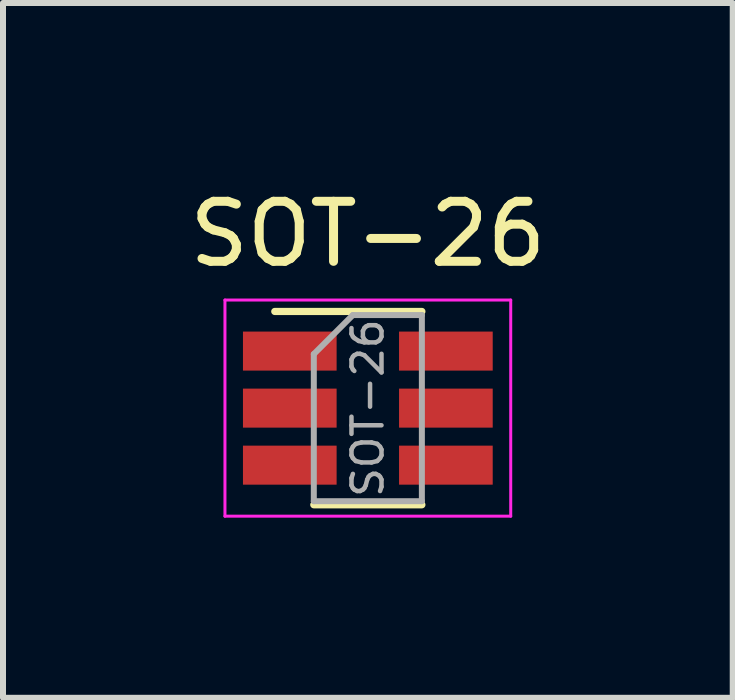
<source format=kicad_pcb>
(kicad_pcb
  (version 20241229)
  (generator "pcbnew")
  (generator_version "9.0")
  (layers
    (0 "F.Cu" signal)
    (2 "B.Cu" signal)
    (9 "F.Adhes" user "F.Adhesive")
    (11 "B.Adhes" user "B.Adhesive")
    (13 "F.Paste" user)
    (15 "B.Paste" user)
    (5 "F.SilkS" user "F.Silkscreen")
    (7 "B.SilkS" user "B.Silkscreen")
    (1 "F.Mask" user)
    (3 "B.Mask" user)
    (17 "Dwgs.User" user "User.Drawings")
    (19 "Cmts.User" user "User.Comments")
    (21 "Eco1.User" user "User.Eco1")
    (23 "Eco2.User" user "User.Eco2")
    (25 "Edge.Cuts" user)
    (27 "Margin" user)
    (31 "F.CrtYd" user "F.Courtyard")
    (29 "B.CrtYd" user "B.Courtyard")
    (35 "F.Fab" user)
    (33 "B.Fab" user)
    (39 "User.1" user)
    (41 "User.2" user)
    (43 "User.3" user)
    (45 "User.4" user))
  (footprint "SOT-26"
    (layer "F.Cu")
    (at 3.077 3.748)
    (property "Reference" "SOT-26" (at 0 -2.9 0) (layer "F.SilkS") (effects (font (size 1 1) (thickness 0.15))))
    (attr smd)
    (fp_line (start -0.9 1.61) (end 0.9 1.61) (stroke (width 0.12) (type solid)) (layer "F.SilkS"))
    (fp_line (start 0.9 -1.61) (end -1.55 -1.61) (stroke (width 0.12) (type solid)) (layer "F.SilkS"))
    (fp_line (start -2.38 -1.8) (end -2.38 1.8) (stroke (width 0.05) (type solid)) (layer "F.CrtYd"))
    (fp_line (start -2.38 -1.8) (end 2.38 -1.8) (stroke (width 0.05) (type solid)) (layer "F.CrtYd"))
    (fp_line (start 2.38 1.8) (end -2.38 1.8) (stroke (width 0.05) (type solid)) (layer "F.CrtYd"))
    (fp_line (start 2.38 1.8) (end 2.38 -1.8) (stroke (width 0.05) (type solid)) (layer "F.CrtYd"))
    (fp_line (start -0.9 -0.9) (end -0.9 1.55) (stroke (width 0.1) (type solid)) (layer "F.Fab"))
    (fp_line (start -0.9 -0.9) (end -0.25 -1.55) (stroke (width 0.1) (type solid)) (layer "F.Fab"))
    (fp_line (start 0.9 -1.55) (end -0.25 -1.55) (stroke (width 0.1) (type solid)) (layer "F.Fab"))
    (fp_line (start 0.9 -1.55) (end 0.9 1.55) (stroke (width 0.1) (type solid)) (layer "F.Fab"))
    (fp_line (start 0.9 1.55) (end -0.9 1.55) (stroke (width 0.1) (type solid)) (layer "F.Fab"))
    (fp_text user "${REFERENCE}" (at 0 0 90) (layer "F.Fab") (effects (font (size 0.5 0.5) (thickness 0.075))))
    (pad "1" smd rect (at -1.3 -0.95) (size 1.56 0.65) (layers "F.Cu" "F.Mask" "F.Paste"))
    (pad "2" smd rect (at -1.3 0) (size 1.56 0.65) (layers "F.Cu" "F.Mask" "F.Paste"))
    (pad "3" smd rect (at -1.3 0.95) (size 1.56 0.65) (layers "F.Cu" "F.Mask" "F.Paste"))
    (pad "4" smd rect (at 1.3 0.95) (size 1.56 0.65) (layers "F.Cu" "F.Mask" "F.Paste"))
    (pad "5" smd rect (at 1.3 0) (size 1.56 0.65) (layers "F.Cu" "F.Mask" "F.Paste"))
    (pad "6" smd rect (at 1.3 -0.95) (size 1.56 0.65) (layers "F.Cu" "F.Mask" "F.Paste")))
  (gr_rect
    (start -3 -3)
    (end 9.155 8.573)
    (stroke (width 0.1) (type default))
    (fill no)
    (layer "Edge.Cuts")))
</source>
